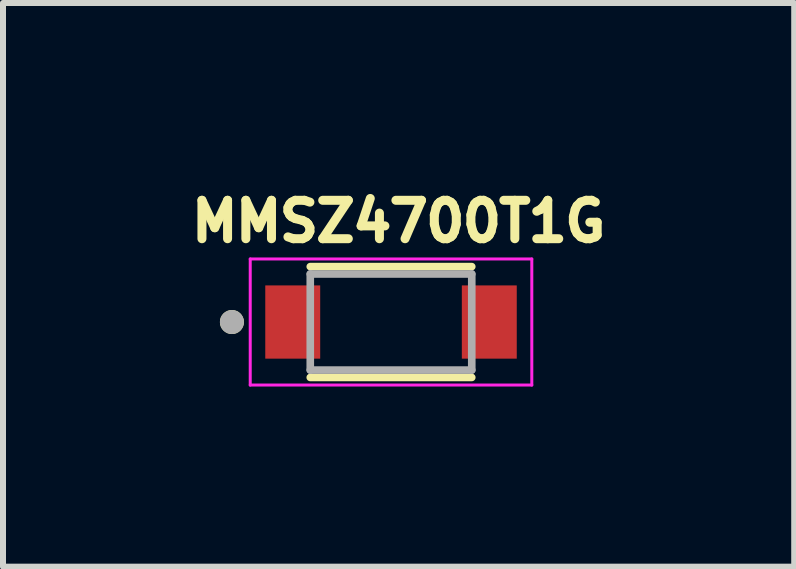
<source format=kicad_pcb>
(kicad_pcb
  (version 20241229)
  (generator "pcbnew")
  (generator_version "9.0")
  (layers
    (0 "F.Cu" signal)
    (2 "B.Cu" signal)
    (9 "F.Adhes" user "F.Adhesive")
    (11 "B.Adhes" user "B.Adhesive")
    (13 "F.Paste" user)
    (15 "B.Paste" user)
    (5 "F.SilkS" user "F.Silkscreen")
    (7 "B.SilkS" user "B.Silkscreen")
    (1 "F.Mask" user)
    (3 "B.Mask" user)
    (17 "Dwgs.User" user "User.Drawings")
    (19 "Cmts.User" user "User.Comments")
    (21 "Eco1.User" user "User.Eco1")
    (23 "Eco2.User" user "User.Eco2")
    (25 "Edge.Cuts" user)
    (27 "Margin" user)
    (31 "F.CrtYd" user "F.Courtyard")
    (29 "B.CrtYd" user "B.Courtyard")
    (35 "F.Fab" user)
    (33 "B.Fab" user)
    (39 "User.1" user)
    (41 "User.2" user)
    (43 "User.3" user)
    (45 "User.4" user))
  (footprint "MMSZ4700T1G"
    (layer "F.Cu")
    (at 3.463 2.314)
    (property "Reference" "MMSZ4700T1G" (at 0.127 -1.676 0) (layer "F.SilkS") (effects (font (size 0.64 0.64) (thickness 0.15))))
    (attr smd)
    (fp_line (start -1.345 -0.923) (end 1.345 -0.923) (stroke (width 0.127) (type solid)) (layer "F.SilkS"))
    (fp_line (start 1.345 0.923) (end -1.345 0.923) (stroke (width 0.127) (type solid)) (layer "F.SilkS"))
    (fp_circle (center -2.65 0) (end -2.55 0) (stroke (width 0.2) (type solid)) (fill no) (layer "F.SilkS"))
    (fp_line (start -2.345 -1.05) (end 2.345 -1.05) (stroke (width 0.05) (type solid)) (layer "F.CrtYd"))
    (fp_line (start -2.345 1.05) (end -2.345 -1.05) (stroke (width 0.05) (type solid)) (layer "F.CrtYd"))
    (fp_line (start 2.345 -1.05) (end 2.345 1.05) (stroke (width 0.05) (type solid)) (layer "F.CrtYd"))
    (fp_line (start 2.345 1.05) (end -2.345 1.05) (stroke (width 0.05) (type solid)) (layer "F.CrtYd"))
    (fp_line (start -1.345 -0.8) (end 1.345 -0.8) (stroke (width 0.127) (type solid)) (layer "F.Fab"))
    (fp_line (start -1.345 0.8) (end -1.345 -0.8) (stroke (width 0.127) (type solid)) (layer "F.Fab"))
    (fp_line (start 1.345 -0.8) (end 1.345 0.8) (stroke (width 0.127) (type solid)) (layer "F.Fab"))
    (fp_line (start 1.345 0.8) (end -1.345 0.8) (stroke (width 0.127) (type solid)) (layer "F.Fab"))
    (fp_circle (center -2.65 0) (end -2.55 0) (stroke (width 0.2) (type solid)) (fill no) (layer "F.Fab"))
    (pad "1" smd rect (at -1.637 0) (size 0.915 1.22) (layers "F.Cu" "F.Mask" "F.Paste"))
    (pad "2" smd rect (at 1.637 0) (size 0.915 1.22) (layers "F.Cu" "F.Mask" "F.Paste")))
  (gr_rect
    (start -3 -3)
    (end 10.179 6.389)
    (stroke (width 0.1) (type default))
    (fill no)
    (layer "Edge.Cuts")))
</source>
